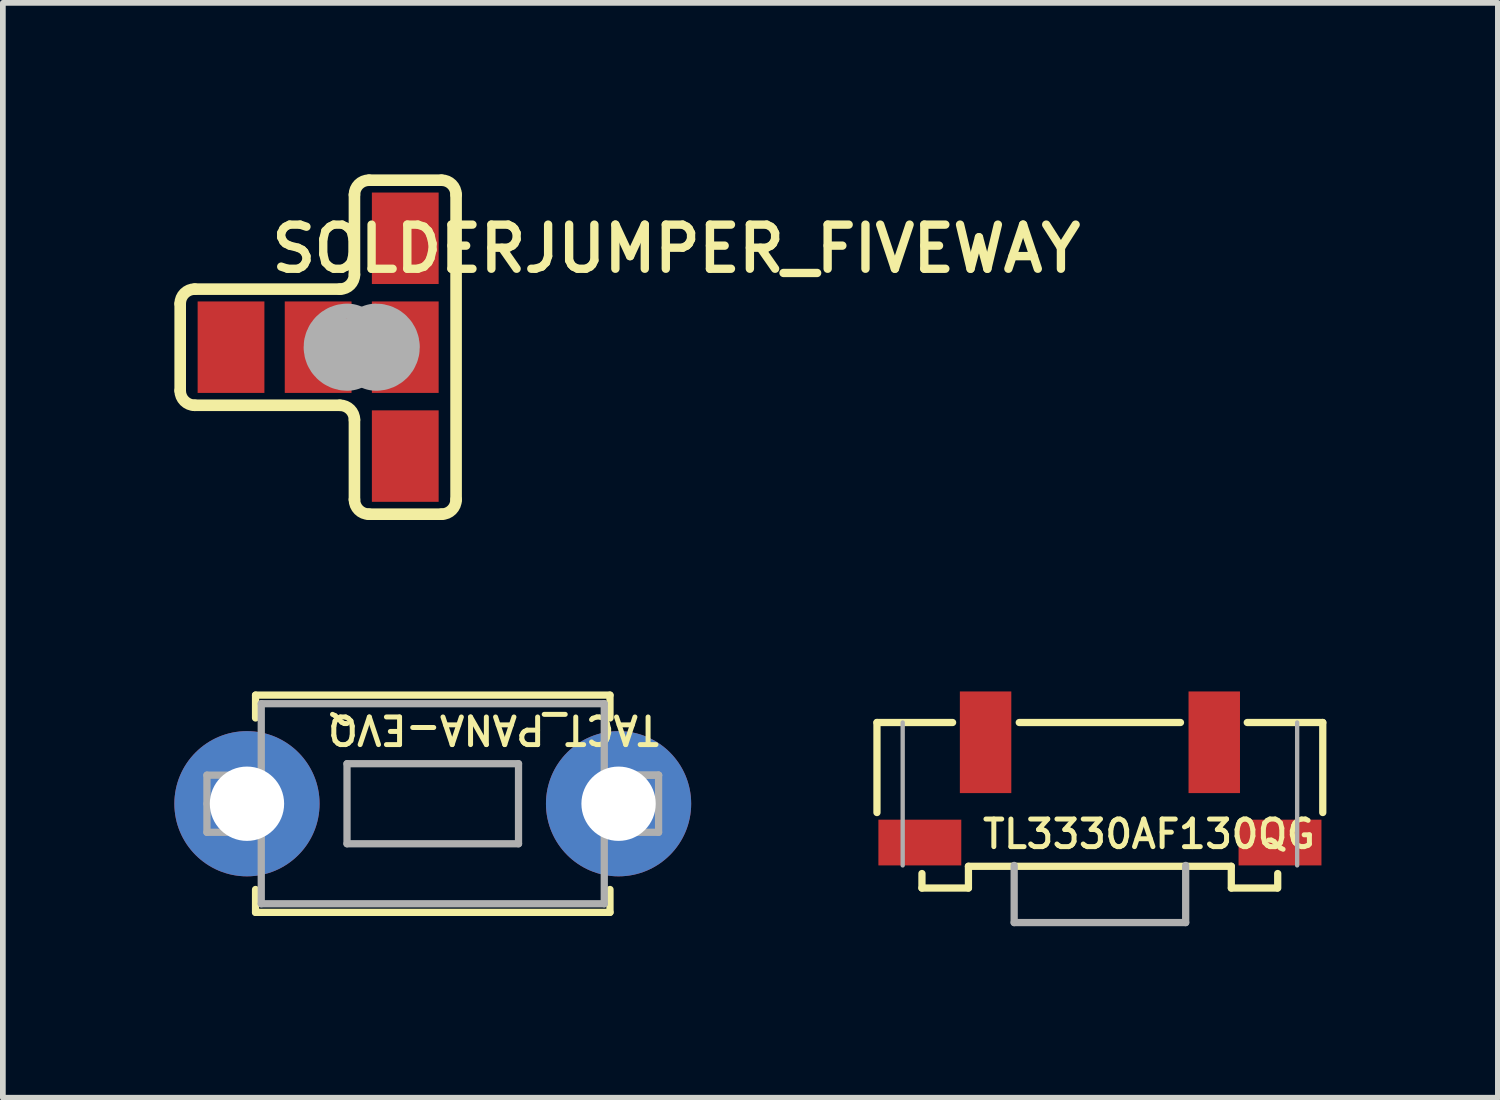
<source format=kicad_pcb>
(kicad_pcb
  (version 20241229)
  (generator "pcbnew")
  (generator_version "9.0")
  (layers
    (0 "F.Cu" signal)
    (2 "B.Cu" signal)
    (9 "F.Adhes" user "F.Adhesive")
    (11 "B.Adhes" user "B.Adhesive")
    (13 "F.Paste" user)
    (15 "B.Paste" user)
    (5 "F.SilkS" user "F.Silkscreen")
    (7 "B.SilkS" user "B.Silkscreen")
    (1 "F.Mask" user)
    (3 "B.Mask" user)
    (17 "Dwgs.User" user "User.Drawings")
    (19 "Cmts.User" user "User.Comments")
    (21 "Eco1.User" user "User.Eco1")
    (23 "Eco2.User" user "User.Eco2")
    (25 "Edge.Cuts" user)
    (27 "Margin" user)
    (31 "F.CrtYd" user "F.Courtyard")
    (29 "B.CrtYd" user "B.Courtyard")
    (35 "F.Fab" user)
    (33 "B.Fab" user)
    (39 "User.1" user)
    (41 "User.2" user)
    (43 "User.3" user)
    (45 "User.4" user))
  (footprint "SOLDERJUMPER_FIVEWAY"
    (layer "F.Cu")
    (at 3.277 3.023)
    (property "Reference" "SOLDERJUMPER_FIVEWAY" (at -1.651 -1.27 0) (layer "F.SilkS") (effects (font (size 0.772 0.772) (thickness 0.146)) (justify left bottom)))
    (attr through_hole)
    (fp_poly (pts (xy -1.27 -0.762) (xy 1.27 -0.762) (xy 1.27 0.762) (xy -1.27 0.762)) (stroke (width 0) (type solid)) (fill yes) (layer "F.Mask"))
    (fp_line (start -3.175 0.762) (end -3.175 -0.762) (stroke (width 0.203) (type solid)) (layer "F.SilkS"))
    (fp_line (start -2.921 -1.016) (end -0.381 -1.016) (stroke (width 0.203) (type solid)) (layer "F.SilkS"))
    (fp_line (start -0.381 1.016) (end -2.921 1.016) (stroke (width 0.203) (type solid)) (layer "F.SilkS"))
    (fp_line (start -0.127 -1.27) (end -0.127 -2.667) (stroke (width 0.203) (type solid)) (layer "F.SilkS"))
    (fp_line (start -0.127 1.27) (end -0.127 2.667) (stroke (width 0.203) (type solid)) (layer "F.SilkS"))
    (fp_line (start 1.397 -2.921) (end 0.127 -2.921) (stroke (width 0.203) (type solid)) (layer "F.SilkS"))
    (fp_line (start 1.397 2.921) (end 0.127 2.921) (stroke (width 0.203) (type solid)) (layer "F.SilkS"))
    (fp_line (start 1.651 2.667) (end 1.651 -2.667) (stroke (width 0.203) (type solid)) (layer "F.SilkS"))
    (fp_arc (start -3.175 -0.762) (mid -3.100605 -0.941605) (end -2.921 -1.016) (stroke (width 0.2032) (type solid)) (layer "F.SilkS"))
    (fp_arc (start -2.921 1.016) (mid -3.100605 0.941605) (end -3.175 0.762) (stroke (width 0.2032) (type solid)) (layer "F.SilkS"))
    (fp_arc (start -0.381 1.016) (mid -0.201395 1.090395) (end -0.127 1.27) (stroke (width 0.2032) (type solid)) (layer "F.SilkS"))
    (fp_arc (start -0.127 -2.667) (mid -0.052605 -2.846605) (end 0.127 -2.921) (stroke (width 0.2032) (type solid)) (layer "F.SilkS"))
    (fp_arc (start -0.127 -1.27) (mid -0.201395 -1.090395) (end -0.381 -1.016) (stroke (width 0.2032) (type solid)) (layer "F.SilkS"))
    (fp_arc (start 0.127 2.921) (mid -0.052605 2.846605) (end -0.127 2.667) (stroke (width 0.2032) (type solid)) (layer "F.SilkS"))
    (fp_arc (start 1.397 -2.921) (mid 1.576605 -2.846605) (end 1.651 -2.667) (stroke (width 0.2032) (type solid)) (layer "F.SilkS"))
    (fp_arc (start 1.651 2.667) (mid 1.576605 2.846605) (end 1.397 2.921) (stroke (width 0.2032) (type solid)) (layer "F.SilkS"))
    (fp_arc (start -0.254 0.127) (mid -0.381 0) (end -0.254 -0.127) (stroke (width 1.27) (type solid)) (layer "F.Fab"))
    (fp_arc (start 0.254 -0.127) (mid 0.381 0) (end 0.254 0.127) (stroke (width 1.27) (type solid)) (layer "F.Fab"))
    (pad "1" smd rect (at -0.762 0) (size 1.168 1.6) (layers "F.Cu" "F.Mask"))
    (pad "2" smd rect (at 0.762 0) (size 1.168 1.6) (layers "F.Cu" "F.Mask"))
    (pad "3" smd rect (at 0.762 1.905) (size 1.168 1.6) (layers "F.Cu" "F.Mask"))
    (pad "4" smd rect (at 0.762 -1.905) (size 1.168 1.6) (layers "F.Cu" "F.Mask"))
    (pad "5" smd rect (at -2.286 0) (size 1.168 1.6) (layers "F.Cu" "F.Mask"))
    (pad "WIRE" smd rect (at 0 0) (size 0.635 0.203) (layers "F.Cu" "F.Mask")))
  (footprint "TACT_PANA-EVQ"
    (layer "F.Cu")
    (at 4.52 11.009)
    (property "Reference" "TACT_PANA-EVQ" (at -1.88 -1.016 180) (unlocked yes) (layer "F.SilkS") (effects (font (size 0.483 0.483) (thickness 0.087)) (justify right top)))
    (attr through_hole)
    (fp_line (start -3.1 -1.9) (end 3.1 -1.9) (stroke (width 0.127) (type solid)) (layer "F.SilkS"))
    (fp_line (start -3.1 -1.5) (end -3.1 -1.9) (stroke (width 0.127) (type solid)) (layer "F.SilkS"))
    (fp_line (start -3.1 1.5) (end -3.1 1.9) (stroke (width 0.127) (type solid)) (layer "F.SilkS"))
    (fp_line (start -3.1 1.9) (end 3.1 1.9) (stroke (width 0.127) (type solid)) (layer "F.SilkS"))
    (fp_line (start 3.1 -1.9) (end 3.1 -1.5) (stroke (width 0.127) (type solid)) (layer "F.SilkS"))
    (fp_line (start 3.1 1.9) (end 3.1 1.5) (stroke (width 0.127) (type solid)) (layer "F.SilkS"))
    (fp_line (start -3.95 -0.5) (end -3 -0.5) (stroke (width 0.127) (type solid)) (layer "F.Fab"))
    (fp_line (start -3.95 0) (end -3.95 -0.5) (stroke (width 0.127) (type solid)) (layer "F.Fab"))
    (fp_line (start -3.95 0.5) (end -3.95 0) (stroke (width 0.127) (type solid)) (layer "F.Fab"))
    (fp_line (start -3 -1.75) (end 3 -1.75) (stroke (width 0.127) (type solid)) (layer "F.Fab"))
    (fp_line (start -3 -0.5) (end -3 -1.75) (stroke (width 0.127) (type solid)) (layer "F.Fab"))
    (fp_line (start -3 -0.5) (end -3 0.5) (stroke (width 0.127) (type solid)) (layer "F.Fab"))
    (fp_line (start -3 0.5) (end -3.95 0.5) (stroke (width 0.127) (type solid)) (layer "F.Fab"))
    (fp_line (start -3 0.5) (end -3 -0.5) (stroke (width 0.127) (type solid)) (layer "F.Fab"))
    (fp_line (start -3 1.75) (end -3 0.5) (stroke (width 0.127) (type solid)) (layer "F.Fab"))
    (fp_line (start -1.5 -0.7) (end 1.5 -0.7) (stroke (width 0.127) (type solid)) (layer "F.Fab"))
    (fp_line (start -1.5 0.7) (end -1.5 -0.7) (stroke (width 0.127) (type solid)) (layer "F.Fab"))
    (fp_line (start 1.5 -0.7) (end 1.5 0.7) (stroke (width 0.127) (type solid)) (layer "F.Fab"))
    (fp_line (start 1.5 0.7) (end -1.5 0.7) (stroke (width 0.127) (type solid)) (layer "F.Fab"))
    (fp_line (start 3 -1.75) (end 3 -0.5) (stroke (width 0.127) (type solid)) (layer "F.Fab"))
    (fp_line (start 3 -0.5) (end 3 0.5) (stroke (width 0.127) (type solid)) (layer "F.Fab"))
    (fp_line (start 3 -0.5) (end 3 0.5) (stroke (width 0.127) (type solid)) (layer "F.Fab"))
    (fp_line (start 3 0.5) (end 3 1.75) (stroke (width 0.127) (type solid)) (layer "F.Fab"))
    (fp_line (start 3 0.5) (end 3.95 0.5) (stroke (width 0.127) (type solid)) (layer "F.Fab"))
    (fp_line (start 3 1.75) (end -3 1.75) (stroke (width 0.127) (type solid)) (layer "F.Fab"))
    (fp_line (start 3.95 -0.5) (end 3 -0.5) (stroke (width 0.127) (type solid)) (layer "F.Fab"))
    (fp_line (start 3.95 -0.5) (end 3 -0.5) (stroke (width 0.127) (type solid)) (layer "F.Fab"))
    (fp_line (start 3.95 0.5) (end 3.95 -0.5) (stroke (width 0.127) (type solid)) (layer "F.Fab"))
    (pad "P$1" thru_hole circle (at -3.25 0) (size 2.54 2.54) (drill 1.3) (layers "*.Cu" "*.Mask"))
    (pad "P$2" thru_hole circle (at 3.25 0) (size 2.54 2.54) (drill 1.3) (layers "*.Cu" "*.Mask")))
  (footprint "TL3330AF130QG"
    (layer "F.Cu")
    (at 12.29 9.588)
    (property "Reference" "TL3330AF130QG" (at 1.803 2.235 0) (unlocked yes) (layer "F.SilkS") (effects (font (size 0.483 0.483) (thickness 0.087)) (justify left bottom)))
    (attr through_hole)
    (fp_line (start 0 0) (end 1.323 0) (stroke (width 0.127) (type solid)) (layer "F.SilkS"))
    (fp_line (start 0 1.575) (end 0 0) (stroke (width 0.127) (type solid)) (layer "F.SilkS"))
    (fp_line (start 0.787 2.642) (end 0.787 2.896) (stroke (width 0.127) (type solid)) (layer "F.SilkS"))
    (fp_line (start 0.787 2.896) (end 1.6 2.896) (stroke (width 0.127) (type solid)) (layer "F.SilkS"))
    (fp_line (start 1.6 2.515) (end 6.198 2.515) (stroke (width 0.127) (type solid)) (layer "F.SilkS"))
    (fp_line (start 1.6 2.896) (end 1.6 2.515) (stroke (width 0.127) (type solid)) (layer "F.SilkS"))
    (fp_line (start 2.489 0) (end 5.309 0) (stroke (width 0.127) (type solid)) (layer "F.SilkS"))
    (fp_line (start 6.198 2.515) (end 6.198 2.896) (stroke (width 0.127) (type solid)) (layer "F.SilkS"))
    (fp_line (start 6.2 2.896) (end 7 2.896) (stroke (width 0.127) (type solid)) (layer "F.SilkS"))
    (fp_line (start 6.477 0) (end 7.798 0) (stroke (width 0.127) (type solid)) (layer "F.SilkS"))
    (fp_line (start 7.01 2.896) (end 7.01 2.642) (stroke (width 0.127) (type solid)) (layer "F.SilkS"))
    (fp_line (start 7.798 0) (end 7.798 1.575) (stroke (width 0.127) (type solid)) (layer "F.SilkS"))
    (fp_line (start 0.45 0) (end 0.45 2.5) (stroke (width 0.076) (type solid)) (layer "F.Fab"))
    (fp_line (start 2.4 2.5) (end 2.4 3.5) (stroke (width 0.127) (type solid)) (layer "F.Fab"))
    (fp_line (start 2.4 3.5) (end 5.4 3.5) (stroke (width 0.127) (type solid)) (layer "F.Fab"))
    (fp_line (start 5.4 3.5) (end 5.4 2.5) (stroke (width 0.127) (type solid)) (layer "F.Fab"))
    (fp_line (start 7.35 0) (end 7.35 2.5) (stroke (width 0.076) (type solid)) (layer "F.Fab"))
    (pad "MP1" smd rect (at 0.75 2.1 90) (size 0.8 1.45) (layers "F.Cu" "F.Mask" "F.Paste"))
    (pad "MP2" smd rect (at 7.05 2.1 90) (size 0.8 1.45) (layers "F.Cu" "F.Mask" "F.Paste"))
    (pad "P$1" smd rect (at 1.9 0.346) (size 0.9 1.778) (layers "F.Cu" "F.Mask" "F.Paste"))
    (pad "P$2" smd rect (at 5.9 0.346) (size 0.9 1.778) (layers "F.Cu" "F.Mask" "F.Paste")))
  (gr_rect
    (start -3 -3)
    (end 23.151 16.152)
    (stroke (width 0.1) (type default))
    (fill no)
    (layer "Edge.Cuts")))
</source>
